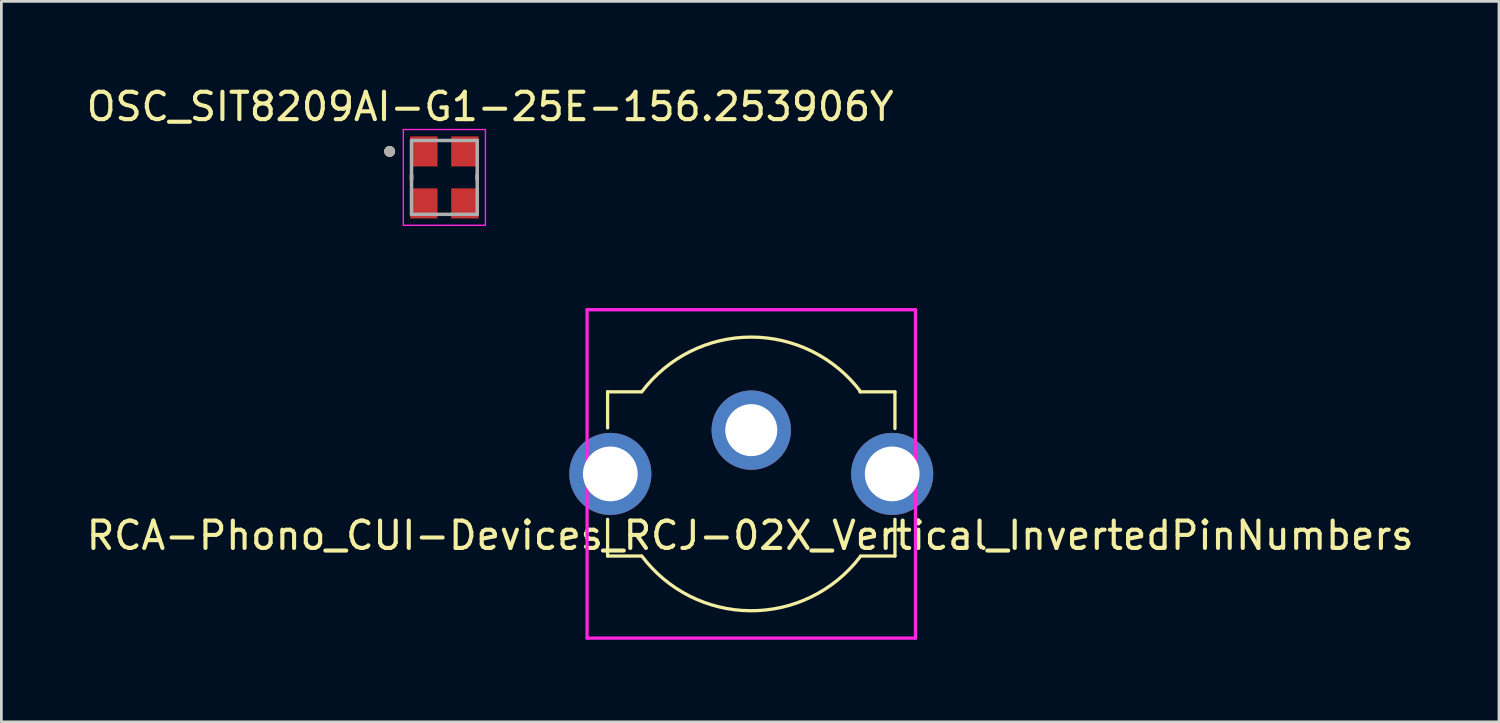
<source format=kicad_pcb>
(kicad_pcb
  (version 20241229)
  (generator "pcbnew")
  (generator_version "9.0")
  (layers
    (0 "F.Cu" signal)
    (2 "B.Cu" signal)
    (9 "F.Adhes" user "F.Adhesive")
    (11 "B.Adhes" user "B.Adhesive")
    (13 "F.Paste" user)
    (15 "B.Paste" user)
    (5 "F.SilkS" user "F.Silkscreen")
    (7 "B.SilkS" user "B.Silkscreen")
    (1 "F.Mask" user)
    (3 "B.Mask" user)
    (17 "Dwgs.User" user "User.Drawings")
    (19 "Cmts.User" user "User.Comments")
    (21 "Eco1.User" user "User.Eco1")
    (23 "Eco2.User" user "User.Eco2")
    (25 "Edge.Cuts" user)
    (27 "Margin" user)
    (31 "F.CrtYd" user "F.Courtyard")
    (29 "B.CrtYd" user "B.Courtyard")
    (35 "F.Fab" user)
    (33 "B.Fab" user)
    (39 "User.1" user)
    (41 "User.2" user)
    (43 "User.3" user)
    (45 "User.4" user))
  (footprint "RCA-Phono_CUI-Devices_RCJ-02X_Vertical_InvertedPinNumbers"
    (layer "F.Cu")
    (at 24.403 14.268)
    (property "Reference" "RCA-Phono_CUI-Devices_RCJ-02X_Vertical_InvertedPinNumbers" (at -0.04 2.25 0) (layer "F.SilkS") (effects (font (size 1 1) (thickness 0.15))))
    (attr through_hole)
    (fp_line (start -5.25 -3) (end -5.25 -1.68) (stroke (width 0.12) (type solid)) (layer "F.SilkS"))
    (fp_line (start -5.25 -3) (end -4.03 -3) (stroke (width 0.12) (type solid)) (layer "F.SilkS"))
    (fp_line (start -5.25 3) (end -5.25 1.66) (stroke (width 0.12) (type solid)) (layer "F.SilkS"))
    (fp_line (start -5.25 3) (end -4.02 3) (stroke (width 0.12) (type solid)) (layer "F.SilkS"))
    (fp_line (start 5.25 -3) (end 3.97 -3) (stroke (width 0.12) (type solid)) (layer "F.SilkS"))
    (fp_line (start 5.25 -3) (end 5.25 -1.66) (stroke (width 0.12) (type solid)) (layer "F.SilkS"))
    (fp_line (start 5.25 3) (end 3.99 3) (stroke (width 0.12) (type solid)) (layer "F.SilkS"))
    (fp_line (start 5.25 3) (end 5.25 1.66) (stroke (width 0.12) (type solid)) (layer "F.SilkS"))
    (fp_arc (start -4 -2.999999) (mid -0.000001 -4.999999) (end 3.999999 -3) (stroke (width 0.12) (type solid)) (layer "F.SilkS"))
    (fp_arc (start 3.96312 3.048554) (mid -0.030486 4.999907) (end -4 3) (stroke (width 0.12) (type solid)) (layer "F.SilkS"))
    (fp_line (start -6 -6) (end 6 -6) (stroke (width 0.12) (type solid)) (layer "F.CrtYd"))
    (fp_line (start -6 6) (end -6 -6) (stroke (width 0.12) (type solid)) (layer "F.CrtYd"))
    (fp_line (start 6 -6) (end 6 6) (stroke (width 0.12) (type solid)) (layer "F.CrtYd"))
    (fp_line (start 6 6) (end -6 6) (stroke (width 0.12) (type solid)) (layer "F.CrtYd"))
    (pad "1" thru_hole circle (at -5.15 0) (size 3 3) (drill 2) (layers "*.Cu" "*.Mask"))
    (pad "1" thru_hole circle (at 5.15 0) (size 3 3) (drill 2) (layers "*.Cu" "*.Mask"))
    (pad "2" thru_hole circle (at 0 -1.6) (size 2.9 2.9) (drill 1.9) (layers "*.Cu" "*.Mask")))
  (footprint "OSC_SIT8209AI-G1-25E-156.253906Y"
    (layer "F.Cu")
    (at 13.188 3.433)
    (property "Reference" "OSC_SIT8209AI-G1-25E-156.253906Y" (at 1.675 -2.585 0) (layer "F.SilkS") (effects (font (size 1 1) (thickness 0.15))))
    (attr smd)
    (fp_line (start -1.2 -0.08) (end -1.2 0.08) (stroke (width 0.127) (type solid)) (layer "F.SilkS"))
    (fp_line (start 1.2 -0.08) (end 1.2 0.08) (stroke (width 0.127) (type solid)) (layer "F.SilkS"))
    (fp_circle (center -2 -0.95) (end -1.9 -0.95) (stroke (width 0.2) (type solid)) (fill no) (layer "F.SilkS"))
    (fp_line (start -1.5 -1.75) (end -1.5 1.75) (stroke (width 0.05) (type solid)) (layer "F.CrtYd"))
    (fp_line (start -1.5 -1.75) (end 1.5 -1.75) (stroke (width 0.05) (type solid)) (layer "F.CrtYd"))
    (fp_line (start 1.5 -1.75) (end 1.5 1.75) (stroke (width 0.05) (type solid)) (layer "F.CrtYd"))
    (fp_line (start 1.5 1.75) (end -1.5 1.75) (stroke (width 0.05) (type solid)) (layer "F.CrtYd"))
    (fp_line (start -1.2 -1.35) (end -1.2 1.35) (stroke (width 0.127) (type solid)) (layer "F.Fab"))
    (fp_line (start -1.2 -1.35) (end 1.2 -1.35) (stroke (width 0.127) (type solid)) (layer "F.Fab"))
    (fp_line (start 1.2 -1.35) (end 1.2 1.35) (stroke (width 0.127) (type solid)) (layer "F.Fab"))
    (fp_line (start 1.2 1.35) (end -1.2 1.35) (stroke (width 0.127) (type solid)) (layer "F.Fab"))
    (fp_circle (center -2 -0.95) (end -1.9 -0.95) (stroke (width 0.2) (type solid)) (fill no) (layer "F.Fab"))
    (pad "1" smd rect (at -0.75 -0.95) (size 1 1.1) (layers "F.Cu" "F.Mask" "F.Paste"))
    (pad "2" smd rect (at -0.75 0.95) (size 1 1.1) (layers "F.Cu" "F.Mask" "F.Paste"))
    (pad "3" smd rect (at 0.75 0.95) (size 1 1.1) (layers "F.Cu" "F.Mask" "F.Paste"))
    (pad "4" smd rect (at 0.75 -0.95) (size 1 1.1) (layers "F.Cu" "F.Mask" "F.Paste")))
  (gr_rect
    (start -3 -3)
    (end 51.726 23.328)
    (stroke (width 0.1) (type default))
    (fill no)
    (layer "Edge.Cuts")))
</source>
